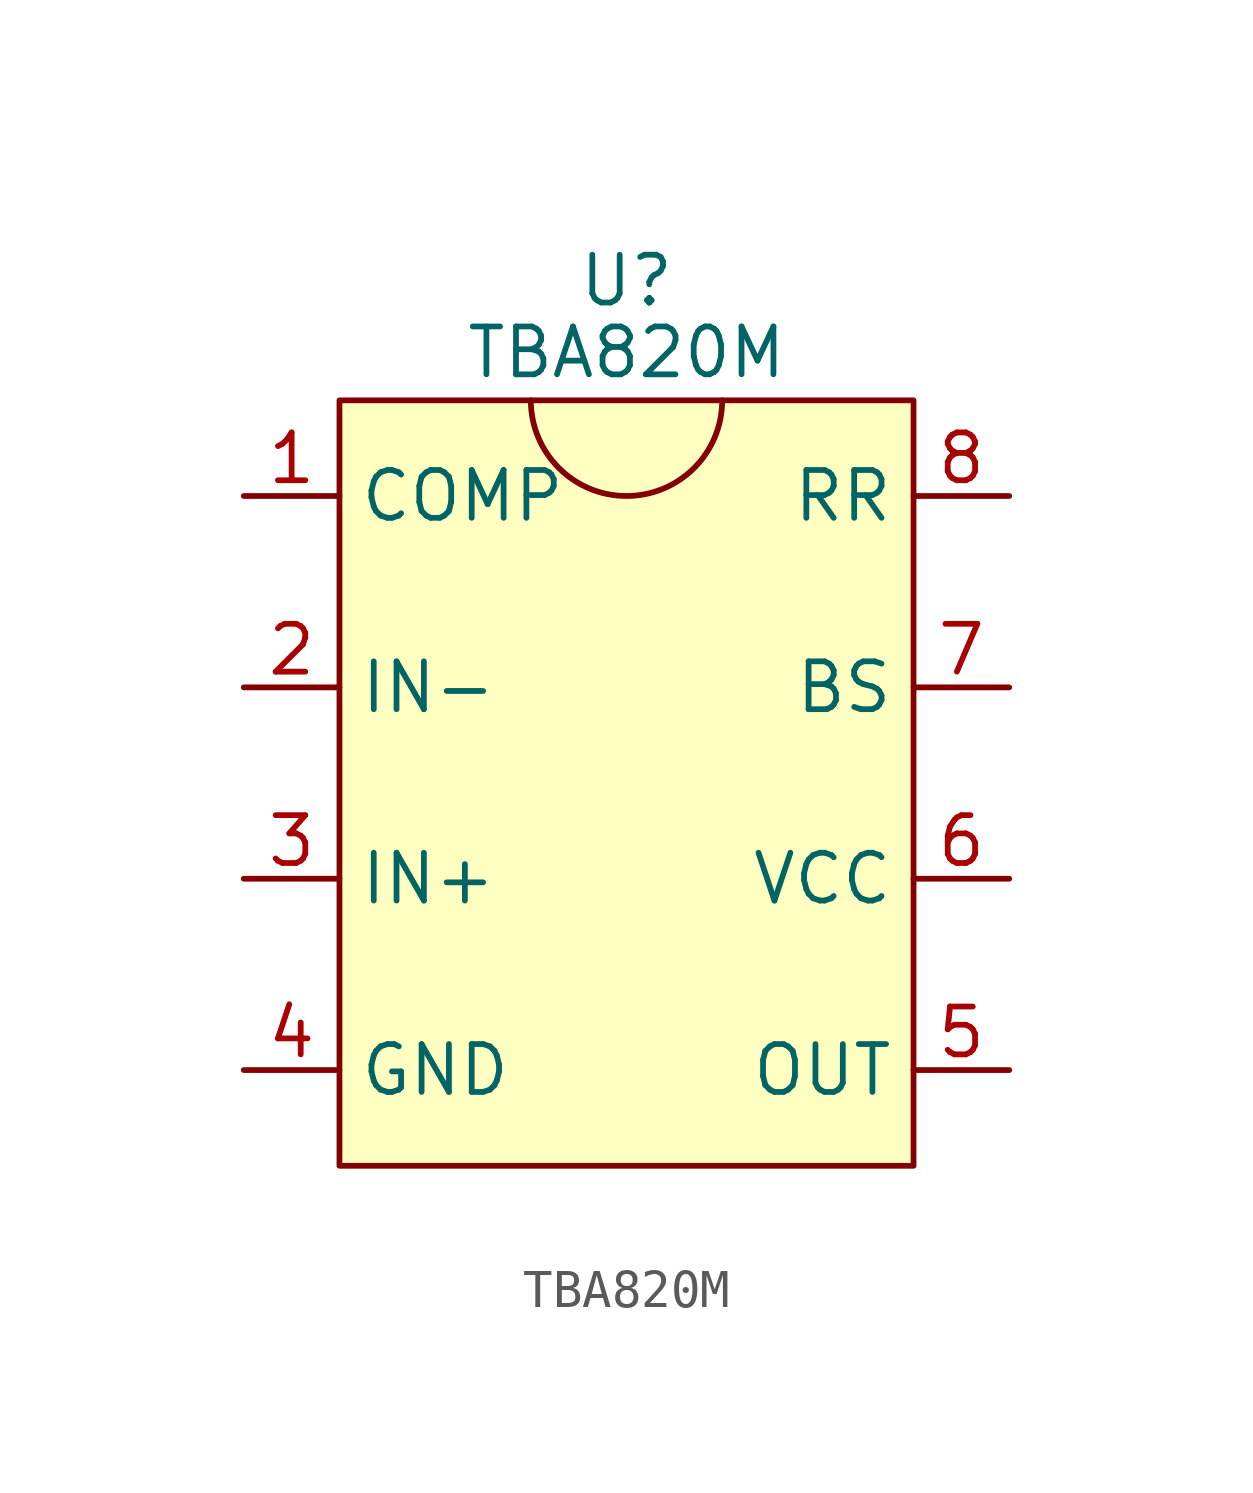
<source format=kicad_sym>
(kicad_symbol_lib
  (version 20220914)
  (generator kicad_symbol_editor)
  (symbol "TBA820M"
    (property "Reference" "U"
      (at 0 13.335 0)
      (effects (font (size 1.27 1.27))))
    (property "Value" "TBA820M"
      (at 0 11.43 0)
      (effects (font (size 1.27 1.27))))
    (symbol "TBA820M_0_1"
      (rectangle (start -7.62 10.16) (end 7.62 -10.16) (stroke (width 0) (type default)) (fill (type background)))
      (arc (start -2.54 10.16) (mid 0 7.631) (end 2.54 10.16) (stroke (width 0) (type default)) (fill (type none))))
    (symbol "TBA820M_1_1"
      (pin passive line (at -10.16 7.62 0) (length 2.54) (name "COMP" (effects (font (size 1.27 1.27)))) (number "1" (effects (font (size 1.27 1.27)))))
      (pin input line (at -10.16 2.54 0) (length 2.54) (name "IN-" (effects (font (size 1.27 1.27)))) (number "2" (effects (font (size 1.27 1.27)))))
      (pin input line (at -10.16 -2.54 0) (length 2.54) (name "IN+" (effects (font (size 1.27 1.27)))) (number "3" (effects (font (size 1.27 1.27)))))
      (pin power_in line (at -10.16 -7.62 0) (length 2.54) (name "GND" (effects (font (size 1.27 1.27)))) (number "4" (effects (font (size 1.27 1.27)))))
      (pin output line (at 10.16 -7.62 180) (length 2.54) (name "OUT" (effects (font (size 1.27 1.27)))) (number "5" (effects (font (size 1.27 1.27)))))
      (pin power_in line (at 10.16 -2.54 180) (length 2.54) (name "VCC" (effects (font (size 1.27 1.27)))) (number "6" (effects (font (size 1.27 1.27)))))
      (pin input line (at 10.16 2.54 180) (length 2.54) (name "BS" (effects (font (size 1.27 1.27)))) (number "7" (effects (font (size 1.27 1.27)))))
      (pin passive line (at 10.16 7.62 180) (length 2.54) (name "RR" (effects (font (size 1.27 1.27)))) (number "8" (effects (font (size 1.27 1.27))))))))
</source>
